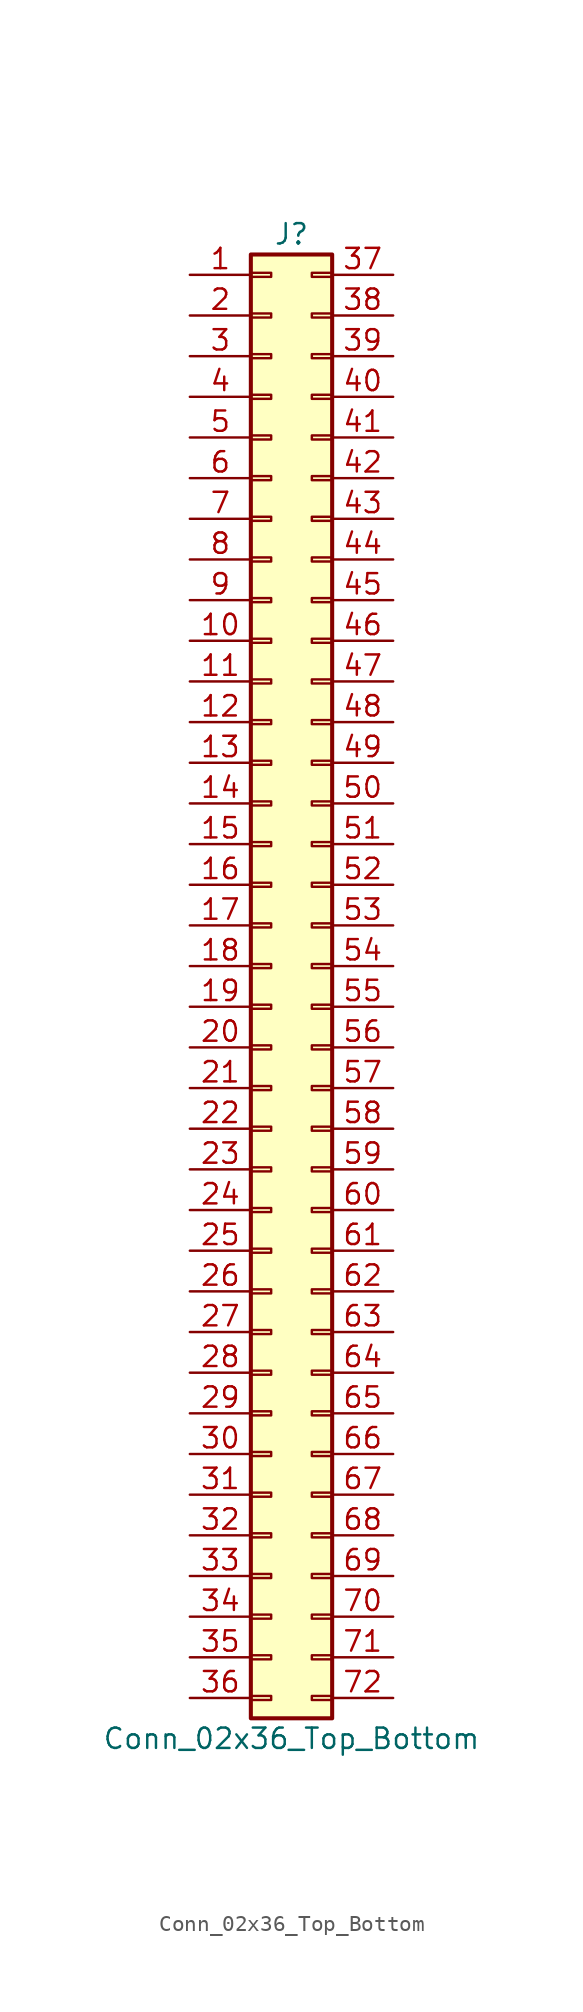
<source format=kicad_sym>
(kicad_symbol_lib
  (version 20220914)
  (generator kicad_symbol_editor)
  (symbol "Conn_02x36_Top_Bottom"
    (pin_names
      (offset 1.016) hide)
    (property "Reference" "J"
      (at 1.27 45.72 0)
      (effects (font (size 1.27 1.27))))
    (property "Value" "Conn_02x36_Top_Bottom"
      (at 1.27 -48.26 0)
      (effects (font (size 1.27 1.27))))
    (symbol "Conn_02x36_Top_Bottom_1_1"
      (rectangle (start -1.27 -45.593) (end 0 -45.847) (stroke (width 0.152) (type solid)) (fill (type none)))
      (rectangle (start -1.27 -43.053) (end 0 -43.307) (stroke (width 0.152) (type solid)) (fill (type none)))
      (rectangle (start -1.27 -40.513) (end 0 -40.767) (stroke (width 0.152) (type solid)) (fill (type none)))
      (rectangle (start -1.27 -37.973) (end 0 -38.227) (stroke (width 0.152) (type solid)) (fill (type none)))
      (rectangle (start -1.27 -35.433) (end 0 -35.687) (stroke (width 0.152) (type solid)) (fill (type none)))
      (rectangle (start -1.27 -32.893) (end 0 -33.147) (stroke (width 0.152) (type solid)) (fill (type none)))
      (rectangle (start -1.27 -30.353) (end 0 -30.607) (stroke (width 0.152) (type solid)) (fill (type none)))
      (rectangle (start -1.27 -27.813) (end 0 -28.067) (stroke (width 0.152) (type solid)) (fill (type none)))
      (rectangle (start -1.27 -25.273) (end 0 -25.527) (stroke (width 0.152) (type solid)) (fill (type none)))
      (rectangle (start -1.27 -22.733) (end 0 -22.987) (stroke (width 0.152) (type solid)) (fill (type none)))
      (rectangle (start -1.27 -20.193) (end 0 -20.447) (stroke (width 0.152) (type solid)) (fill (type none)))
      (rectangle (start -1.27 -17.653) (end 0 -17.907) (stroke (width 0.152) (type solid)) (fill (type none)))
      (rectangle (start -1.27 -15.113) (end 0 -15.367) (stroke (width 0.152) (type solid)) (fill (type none)))
      (rectangle (start -1.27 -12.573) (end 0 -12.827) (stroke (width 0.152) (type solid)) (fill (type none)))
      (rectangle (start -1.27 -10.033) (end 0 -10.287) (stroke (width 0.152) (type solid)) (fill (type none)))
      (rectangle (start -1.27 -7.493) (end 0 -7.747) (stroke (width 0.152) (type solid)) (fill (type none)))
      (rectangle (start -1.27 -4.953) (end 0 -5.207) (stroke (width 0.152) (type solid)) (fill (type none)))
      (rectangle (start -1.27 -2.413) (end 0 -2.667) (stroke (width 0.152) (type solid)) (fill (type none)))
      (rectangle (start -1.27 0.127) (end 0 -0.127) (stroke (width 0.152) (type solid)) (fill (type none)))
      (rectangle (start -1.27 2.667) (end 0 2.413) (stroke (width 0.152) (type solid)) (fill (type none)))
      (rectangle (start -1.27 5.207) (end 0 4.953) (stroke (width 0.152) (type solid)) (fill (type none)))
      (rectangle (start -1.27 7.747) (end 0 7.493) (stroke (width 0.152) (type solid)) (fill (type none)))
      (rectangle (start -1.27 10.287) (end 0 10.033) (stroke (width 0.152) (type solid)) (fill (type none)))
      (rectangle (start -1.27 12.827) (end 0 12.573) (stroke (width 0.152) (type solid)) (fill (type none)))
      (rectangle (start -1.27 15.367) (end 0 15.113) (stroke (width 0.152) (type solid)) (fill (type none)))
      (rectangle (start -1.27 17.907) (end 0 17.653) (stroke (width 0.152) (type solid)) (fill (type none)))
      (rectangle (start -1.27 20.447) (end 0 20.193) (stroke (width 0.152) (type solid)) (fill (type none)))
      (rectangle (start -1.27 22.987) (end 0 22.733) (stroke (width 0.152) (type solid)) (fill (type none)))
      (rectangle (start -1.27 25.527) (end 0 25.273) (stroke (width 0.152) (type solid)) (fill (type none)))
      (rectangle (start -1.27 28.067) (end 0 27.813) (stroke (width 0.152) (type solid)) (fill (type none)))
      (rectangle (start -1.27 30.607) (end 0 30.353) (stroke (width 0.152) (type solid)) (fill (type none)))
      (rectangle (start -1.27 33.147) (end 0 32.893) (stroke (width 0.152) (type solid)) (fill (type none)))
      (rectangle (start -1.27 35.687) (end 0 35.433) (stroke (width 0.152) (type solid)) (fill (type none)))
      (rectangle (start -1.27 38.227) (end 0 37.973) (stroke (width 0.152) (type solid)) (fill (type none)))
      (rectangle (start -1.27 40.767) (end 0 40.513) (stroke (width 0.152) (type solid)) (fill (type none)))
      (rectangle (start -1.27 43.307) (end 0 43.053) (stroke (width 0.152) (type solid)) (fill (type none)))
      (rectangle (start -1.27 44.45) (end 3.81 -46.99) (stroke (width 0.254) (type solid)) (fill (type background)))
      (rectangle (start 3.81 -45.593) (end 2.54 -45.847) (stroke (width 0.152) (type solid)) (fill (type none)))
      (rectangle (start 3.81 -43.053) (end 2.54 -43.307) (stroke (width 0.152) (type solid)) (fill (type none)))
      (rectangle (start 3.81 -40.513) (end 2.54 -40.767) (stroke (width 0.152) (type solid)) (fill (type none)))
      (rectangle (start 3.81 -37.973) (end 2.54 -38.227) (stroke (width 0.152) (type solid)) (fill (type none)))
      (rectangle (start 3.81 -35.433) (end 2.54 -35.687) (stroke (width 0.152) (type solid)) (fill (type none)))
      (rectangle (start 3.81 -32.893) (end 2.54 -33.147) (stroke (width 0.152) (type solid)) (fill (type none)))
      (rectangle (start 3.81 -30.353) (end 2.54 -30.607) (stroke (width 0.152) (type solid)) (fill (type none)))
      (rectangle (start 3.81 -27.813) (end 2.54 -28.067) (stroke (width 0.152) (type solid)) (fill (type none)))
      (rectangle (start 3.81 -25.273) (end 2.54 -25.527) (stroke (width 0.152) (type solid)) (fill (type none)))
      (rectangle (start 3.81 -22.733) (end 2.54 -22.987) (stroke (width 0.152) (type solid)) (fill (type none)))
      (rectangle (start 3.81 -20.193) (end 2.54 -20.447) (stroke (width 0.152) (type solid)) (fill (type none)))
      (rectangle (start 3.81 -17.653) (end 2.54 -17.907) (stroke (width 0.152) (type solid)) (fill (type none)))
      (rectangle (start 3.81 -15.113) (end 2.54 -15.367) (stroke (width 0.152) (type solid)) (fill (type none)))
      (rectangle (start 3.81 -12.573) (end 2.54 -12.827) (stroke (width 0.152) (type solid)) (fill (type none)))
      (rectangle (start 3.81 -10.033) (end 2.54 -10.287) (stroke (width 0.152) (type solid)) (fill (type none)))
      (rectangle (start 3.81 -7.493) (end 2.54 -7.747) (stroke (width 0.152) (type solid)) (fill (type none)))
      (rectangle (start 3.81 -4.953) (end 2.54 -5.207) (stroke (width 0.152) (type solid)) (fill (type none)))
      (rectangle (start 3.81 -2.413) (end 2.54 -2.667) (stroke (width 0.152) (type solid)) (fill (type none)))
      (rectangle (start 3.81 0.127) (end 2.54 -0.127) (stroke (width 0.152) (type solid)) (fill (type none)))
      (rectangle (start 3.81 2.667) (end 2.54 2.413) (stroke (width 0.152) (type solid)) (fill (type none)))
      (rectangle (start 3.81 5.207) (end 2.54 4.953) (stroke (width 0.152) (type solid)) (fill (type none)))
      (rectangle (start 3.81 7.747) (end 2.54 7.493) (stroke (width 0.152) (type solid)) (fill (type none)))
      (rectangle (start 3.81 10.287) (end 2.54 10.033) (stroke (width 0.152) (type solid)) (fill (type none)))
      (rectangle (start 3.81 12.827) (end 2.54 12.573) (stroke (width 0.152) (type solid)) (fill (type none)))
      (rectangle (start 3.81 15.367) (end 2.54 15.113) (stroke (width 0.152) (type solid)) (fill (type none)))
      (rectangle (start 3.81 17.907) (end 2.54 17.653) (stroke (width 0.152) (type solid)) (fill (type none)))
      (rectangle (start 3.81 20.447) (end 2.54 20.193) (stroke (width 0.152) (type solid)) (fill (type none)))
      (rectangle (start 3.81 22.987) (end 2.54 22.733) (stroke (width 0.152) (type solid)) (fill (type none)))
      (rectangle (start 3.81 25.527) (end 2.54 25.273) (stroke (width 0.152) (type solid)) (fill (type none)))
      (rectangle (start 3.81 28.067) (end 2.54 27.813) (stroke (width 0.152) (type solid)) (fill (type none)))
      (rectangle (start 3.81 30.607) (end 2.54 30.353) (stroke (width 0.152) (type solid)) (fill (type none)))
      (rectangle (start 3.81 33.147) (end 2.54 32.893) (stroke (width 0.152) (type solid)) (fill (type none)))
      (rectangle (start 3.81 35.687) (end 2.54 35.433) (stroke (width 0.152) (type solid)) (fill (type none)))
      (rectangle (start 3.81 38.227) (end 2.54 37.973) (stroke (width 0.152) (type solid)) (fill (type none)))
      (rectangle (start 3.81 40.767) (end 2.54 40.513) (stroke (width 0.152) (type solid)) (fill (type none)))
      (rectangle (start 3.81 43.307) (end 2.54 43.053) (stroke (width 0.152) (type solid)) (fill (type none)))
      (pin passive line (at -5.08 43.18 0) (length 3.81) (name "Pin_1" (effects (font (size 1.27 1.27)))) (number "1" (effects (font (size 1.27 1.27)))))
      (pin passive line (at -5.08 20.32 0) (length 3.81) (name "Pin_10" (effects (font (size 1.27 1.27)))) (number "10" (effects (font (size 1.27 1.27)))))
      (pin passive line (at -5.08 17.78 0) (length 3.81) (name "Pin_11" (effects (font (size 1.27 1.27)))) (number "11" (effects (font (size 1.27 1.27)))))
      (pin passive line (at -5.08 15.24 0) (length 3.81) (name "Pin_12" (effects (font (size 1.27 1.27)))) (number "12" (effects (font (size 1.27 1.27)))))
      (pin passive line (at -5.08 12.7 0) (length 3.81) (name "Pin_13" (effects (font (size 1.27 1.27)))) (number "13" (effects (font (size 1.27 1.27)))))
      (pin passive line (at -5.08 10.16 0) (length 3.81) (name "Pin_14" (effects (font (size 1.27 1.27)))) (number "14" (effects (font (size 1.27 1.27)))))
      (pin passive line (at -5.08 7.62 0) (length 3.81) (name "Pin_15" (effects (font (size 1.27 1.27)))) (number "15" (effects (font (size 1.27 1.27)))))
      (pin passive line (at -5.08 5.08 0) (length 3.81) (name "Pin_16" (effects (font (size 1.27 1.27)))) (number "16" (effects (font (size 1.27 1.27)))))
      (pin passive line (at -5.08 2.54 0) (length 3.81) (name "Pin_17" (effects (font (size 1.27 1.27)))) (number "17" (effects (font (size 1.27 1.27)))))
      (pin passive line (at -5.08 0 0) (length 3.81) (name "Pin_18" (effects (font (size 1.27 1.27)))) (number "18" (effects (font (size 1.27 1.27)))))
      (pin passive line (at -5.08 -2.54 0) (length 3.81) (name "Pin_19" (effects (font (size 1.27 1.27)))) (number "19" (effects (font (size 1.27 1.27)))))
      (pin passive line (at -5.08 40.64 0) (length 3.81) (name "Pin_2" (effects (font (size 1.27 1.27)))) (number "2" (effects (font (size 1.27 1.27)))))
      (pin passive line (at -5.08 -5.08 0) (length 3.81) (name "Pin_20" (effects (font (size 1.27 1.27)))) (number "20" (effects (font (size 1.27 1.27)))))
      (pin passive line (at -5.08 -7.62 0) (length 3.81) (name "Pin_21" (effects (font (size 1.27 1.27)))) (number "21" (effects (font (size 1.27 1.27)))))
      (pin passive line (at -5.08 -10.16 0) (length 3.81) (name "Pin_22" (effects (font (size 1.27 1.27)))) (number "22" (effects (font (size 1.27 1.27)))))
      (pin passive line (at -5.08 -12.7 0) (length 3.81) (name "Pin_23" (effects (font (size 1.27 1.27)))) (number "23" (effects (font (size 1.27 1.27)))))
      (pin passive line (at -5.08 -15.24 0) (length 3.81) (name "Pin_24" (effects (font (size 1.27 1.27)))) (number "24" (effects (font (size 1.27 1.27)))))
      (pin passive line (at -5.08 -17.78 0) (length 3.81) (name "Pin_25" (effects (font (size 1.27 1.27)))) (number "25" (effects (font (size 1.27 1.27)))))
      (pin passive line (at -5.08 -20.32 0) (length 3.81) (name "Pin_26" (effects (font (size 1.27 1.27)))) (number "26" (effects (font (size 1.27 1.27)))))
      (pin passive line (at -5.08 -22.86 0) (length 3.81) (name "Pin_27" (effects (font (size 1.27 1.27)))) (number "27" (effects (font (size 1.27 1.27)))))
      (pin passive line (at -5.08 -25.4 0) (length 3.81) (name "Pin_28" (effects (font (size 1.27 1.27)))) (number "28" (effects (font (size 1.27 1.27)))))
      (pin passive line (at -5.08 -27.94 0) (length 3.81) (name "Pin_29" (effects (font (size 1.27 1.27)))) (number "29" (effects (font (size 1.27 1.27)))))
      (pin passive line (at -5.08 38.1 0) (length 3.81) (name "Pin_3" (effects (font (size 1.27 1.27)))) (number "3" (effects (font (size 1.27 1.27)))))
      (pin passive line (at -5.08 -30.48 0) (length 3.81) (name "Pin_30" (effects (font (size 1.27 1.27)))) (number "30" (effects (font (size 1.27 1.27)))))
      (pin passive line (at -5.08 -33.02 0) (length 3.81) (name "Pin_31" (effects (font (size 1.27 1.27)))) (number "31" (effects (font (size 1.27 1.27)))))
      (pin passive line (at -5.08 -35.56 0) (length 3.81) (name "Pin_32" (effects (font (size 1.27 1.27)))) (number "32" (effects (font (size 1.27 1.27)))))
      (pin passive line (at -5.08 -38.1 0) (length 3.81) (name "Pin_33" (effects (font (size 1.27 1.27)))) (number "33" (effects (font (size 1.27 1.27)))))
      (pin passive line (at -5.08 -40.64 0) (length 3.81) (name "Pin_34" (effects (font (size 1.27 1.27)))) (number "34" (effects (font (size 1.27 1.27)))))
      (pin passive line (at -5.08 -43.18 0) (length 3.81) (name "Pin_35" (effects (font (size 1.27 1.27)))) (number "35" (effects (font (size 1.27 1.27)))))
      (pin passive line (at -5.08 -45.72 0) (length 3.81) (name "Pin_36" (effects (font (size 1.27 1.27)))) (number "36" (effects (font (size 1.27 1.27)))))
      (pin passive line (at 7.62 43.18 180) (length 3.81) (name "Pin_37" (effects (font (size 1.27 1.27)))) (number "37" (effects (font (size 1.27 1.27)))))
      (pin passive line (at 7.62 40.64 180) (length 3.81) (name "Pin_38" (effects (font (size 1.27 1.27)))) (number "38" (effects (font (size 1.27 1.27)))))
      (pin passive line (at 7.62 38.1 180) (length 3.81) (name "Pin_39" (effects (font (size 1.27 1.27)))) (number "39" (effects (font (size 1.27 1.27)))))
      (pin passive line (at -5.08 35.56 0) (length 3.81) (name "Pin_4" (effects (font (size 1.27 1.27)))) (number "4" (effects (font (size 1.27 1.27)))))
      (pin passive line (at 7.62 35.56 180) (length 3.81) (name "Pin_40" (effects (font (size 1.27 1.27)))) (number "40" (effects (font (size 1.27 1.27)))))
      (pin passive line (at 7.62 33.02 180) (length 3.81) (name "Pin_41" (effects (font (size 1.27 1.27)))) (number "41" (effects (font (size 1.27 1.27)))))
      (pin passive line (at 7.62 30.48 180) (length 3.81) (name "Pin_42" (effects (font (size 1.27 1.27)))) (number "42" (effects (font (size 1.27 1.27)))))
      (pin passive line (at 7.62 27.94 180) (length 3.81) (name "Pin_43" (effects (font (size 1.27 1.27)))) (number "43" (effects (font (size 1.27 1.27)))))
      (pin passive line (at 7.62 25.4 180) (length 3.81) (name "Pin_44" (effects (font (size 1.27 1.27)))) (number "44" (effects (font (size 1.27 1.27)))))
      (pin passive line (at 7.62 22.86 180) (length 3.81) (name "Pin_45" (effects (font (size 1.27 1.27)))) (number "45" (effects (font (size 1.27 1.27)))))
      (pin passive line (at 7.62 20.32 180) (length 3.81) (name "Pin_46" (effects (font (size 1.27 1.27)))) (number "46" (effects (font (size 1.27 1.27)))))
      (pin passive line (at 7.62 17.78 180) (length 3.81) (name "Pin_47" (effects (font (size 1.27 1.27)))) (number "47" (effects (font (size 1.27 1.27)))))
      (pin passive line (at 7.62 15.24 180) (length 3.81) (name "Pin_48" (effects (font (size 1.27 1.27)))) (number "48" (effects (font (size 1.27 1.27)))))
      (pin passive line (at 7.62 12.7 180) (length 3.81) (name "Pin_49" (effects (font (size 1.27 1.27)))) (number "49" (effects (font (size 1.27 1.27)))))
      (pin passive line (at -5.08 33.02 0) (length 3.81) (name "Pin_5" (effects (font (size 1.27 1.27)))) (number "5" (effects (font (size 1.27 1.27)))))
      (pin passive line (at 7.62 10.16 180) (length 3.81) (name "Pin_50" (effects (font (size 1.27 1.27)))) (number "50" (effects (font (size 1.27 1.27)))))
      (pin passive line (at 7.62 7.62 180) (length 3.81) (name "Pin_51" (effects (font (size 1.27 1.27)))) (number "51" (effects (font (size 1.27 1.27)))))
      (pin passive line (at 7.62 5.08 180) (length 3.81) (name "Pin_52" (effects (font (size 1.27 1.27)))) (number "52" (effects (font (size 1.27 1.27)))))
      (pin passive line (at 7.62 2.54 180) (length 3.81) (name "Pin_53" (effects (font (size 1.27 1.27)))) (number "53" (effects (font (size 1.27 1.27)))))
      (pin passive line (at 7.62 0 180) (length 3.81) (name "Pin_54" (effects (font (size 1.27 1.27)))) (number "54" (effects (font (size 1.27 1.27)))))
      (pin passive line (at 7.62 -2.54 180) (length 3.81) (name "Pin_55" (effects (font (size 1.27 1.27)))) (number "55" (effects (font (size 1.27 1.27)))))
      (pin passive line (at 7.62 -5.08 180) (length 3.81) (name "Pin_56" (effects (font (size 1.27 1.27)))) (number "56" (effects (font (size 1.27 1.27)))))
      (pin passive line (at 7.62 -7.62 180) (length 3.81) (name "Pin_57" (effects (font (size 1.27 1.27)))) (number "57" (effects (font (size 1.27 1.27)))))
      (pin passive line (at 7.62 -10.16 180) (length 3.81) (name "Pin_58" (effects (font (size 1.27 1.27)))) (number "58" (effects (font (size 1.27 1.27)))))
      (pin passive line (at 7.62 -12.7 180) (length 3.81) (name "Pin_59" (effects (font (size 1.27 1.27)))) (number "59" (effects (font (size 1.27 1.27)))))
      (pin passive line (at -5.08 30.48 0) (length 3.81) (name "Pin_6" (effects (font (size 1.27 1.27)))) (number "6" (effects (font (size 1.27 1.27)))))
      (pin passive line (at 7.62 -15.24 180) (length 3.81) (name "Pin_60" (effects (font (size 1.27 1.27)))) (number "60" (effects (font (size 1.27 1.27)))))
      (pin passive line (at 7.62 -17.78 180) (length 3.81) (name "Pin_61" (effects (font (size 1.27 1.27)))) (number "61" (effects (font (size 1.27 1.27)))))
      (pin passive line (at 7.62 -20.32 180) (length 3.81) (name "Pin_62" (effects (font (size 1.27 1.27)))) (number "62" (effects (font (size 1.27 1.27)))))
      (pin passive line (at 7.62 -22.86 180) (length 3.81) (name "Pin_63" (effects (font (size 1.27 1.27)))) (number "63" (effects (font (size 1.27 1.27)))))
      (pin passive line (at 7.62 -25.4 180) (length 3.81) (name "Pin_64" (effects (font (size 1.27 1.27)))) (number "64" (effects (font (size 1.27 1.27)))))
      (pin passive line (at 7.62 -27.94 180) (length 3.81) (name "Pin_65" (effects (font (size 1.27 1.27)))) (number "65" (effects (font (size 1.27 1.27)))))
      (pin passive line (at 7.62 -30.48 180) (length 3.81) (name "Pin_66" (effects (font (size 1.27 1.27)))) (number "66" (effects (font (size 1.27 1.27)))))
      (pin passive line (at 7.62 -33.02 180) (length 3.81) (name "Pin_67" (effects (font (size 1.27 1.27)))) (number "67" (effects (font (size 1.27 1.27)))))
      (pin passive line (at 7.62 -35.56 180) (length 3.81) (name "Pin_68" (effects (font (size 1.27 1.27)))) (number "68" (effects (font (size 1.27 1.27)))))
      (pin passive line (at 7.62 -38.1 180) (length 3.81) (name "Pin_69" (effects (font (size 1.27 1.27)))) (number "69" (effects (font (size 1.27 1.27)))))
      (pin passive line (at -5.08 27.94 0) (length 3.81) (name "Pin_7" (effects (font (size 1.27 1.27)))) (number "7" (effects (font (size 1.27 1.27)))))
      (pin passive line (at 7.62 -40.64 180) (length 3.81) (name "Pin_70" (effects (font (size 1.27 1.27)))) (number "70" (effects (font (size 1.27 1.27)))))
      (pin passive line (at 7.62 -43.18 180) (length 3.81) (name "Pin_71" (effects (font (size 1.27 1.27)))) (number "71" (effects (font (size 1.27 1.27)))))
      (pin passive line (at 7.62 -45.72 180) (length 3.81) (name "Pin_72" (effects (font (size 1.27 1.27)))) (number "72" (effects (font (size 1.27 1.27)))))
      (pin passive line (at -5.08 25.4 0) (length 3.81) (name "Pin_8" (effects (font (size 1.27 1.27)))) (number "8" (effects (font (size 1.27 1.27)))))
      (pin passive line (at -5.08 22.86 0) (length 3.81) (name "Pin_9" (effects (font (size 1.27 1.27)))) (number "9" (effects (font (size 1.27 1.27))))))))
</source>
